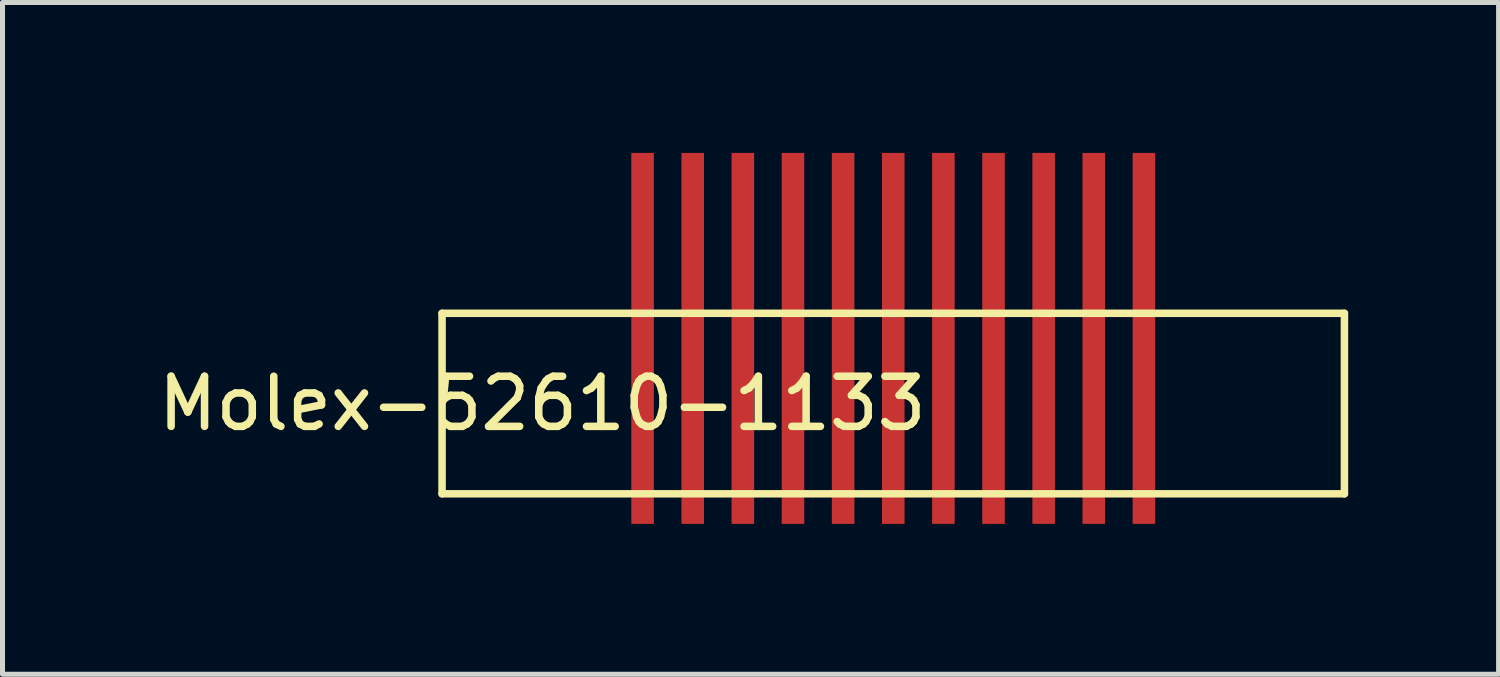
<source format=kicad_pcb>
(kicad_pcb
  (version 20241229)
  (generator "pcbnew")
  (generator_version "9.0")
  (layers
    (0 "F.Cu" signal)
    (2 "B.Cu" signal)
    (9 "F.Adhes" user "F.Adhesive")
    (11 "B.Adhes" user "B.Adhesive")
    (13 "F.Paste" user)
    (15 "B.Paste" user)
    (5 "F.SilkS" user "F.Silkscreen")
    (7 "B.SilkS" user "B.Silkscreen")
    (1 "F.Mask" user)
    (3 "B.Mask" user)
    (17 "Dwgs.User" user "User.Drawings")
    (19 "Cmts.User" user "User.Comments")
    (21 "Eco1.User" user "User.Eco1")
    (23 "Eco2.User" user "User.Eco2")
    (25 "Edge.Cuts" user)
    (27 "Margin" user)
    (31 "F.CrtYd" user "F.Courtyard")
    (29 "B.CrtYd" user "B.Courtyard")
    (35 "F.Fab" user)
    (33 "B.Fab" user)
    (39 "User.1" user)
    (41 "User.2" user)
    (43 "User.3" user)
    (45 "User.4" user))
  (footprint "Molex-52610-1133"
    (layer "F.Cu")
    (at 14.768 3.5)
    (property "Reference" "Molex-52610-1133" (at -7 1.5 180) (layer "F.SilkS") (effects (font (size 1 1) (thickness 0.15))))
    (attr through_hole)
    (fp_line (start -9 -0.3) (end -9 3.3) (stroke (width 0.15) (type solid)) (layer "F.SilkS"))
    (fp_line (start -9 3.3) (end 9 3.3) (stroke (width 0.15) (type solid)) (layer "F.SilkS"))
    (fp_line (start 9 -0.3) (end -9 -0.3) (stroke (width 0.15) (type solid)) (layer "F.SilkS"))
    (fp_line (start 9 3.3) (end 9 -0.3) (stroke (width 0.15) (type solid)) (layer "F.SilkS"))
    (pad "1" smd rect (at -5 0.2 180) (size 0.45 7.4) (layers "F.Cu" "F.Mask" "F.Paste"))
    (pad "2" smd rect (at -4 0.2 180) (size 0.45 7.4) (layers "F.Cu" "F.Mask" "F.Paste"))
    (pad "3" smd rect (at -3 0.2 180) (size 0.45 7.4) (layers "F.Cu" "F.Mask" "F.Paste"))
    (pad "4" smd rect (at -2 0.2 180) (size 0.45 7.4) (layers "F.Cu" "F.Mask" "F.Paste"))
    (pad "5" smd rect (at -1 0.2 180) (size 0.45 7.4) (layers "F.Cu" "F.Mask" "F.Paste"))
    (pad "6" smd rect (at 0 0.2 180) (size 0.45 7.4) (layers "F.Cu" "F.Mask" "F.Paste"))
    (pad "7" smd rect (at 1 0.2 180) (size 0.45 7.4) (layers "F.Cu" "F.Mask" "F.Paste"))
    (pad "8" smd rect (at 2 0.2 180) (size 0.45 7.4) (layers "F.Cu" "F.Mask" "F.Paste"))
    (pad "9" smd rect (at 3 0.2 180) (size 0.45 7.4) (layers "F.Cu" "F.Mask" "F.Paste"))
    (pad "10" smd rect (at 4 0.2 180) (size 0.45 7.4) (layers "F.Cu" "F.Mask" "F.Paste"))
    (pad "11" smd rect (at 5 0.2 180) (size 0.45 7.4) (layers "F.Cu" "F.Mask" "F.Paste")))
  (gr_rect
    (start -3 -3)
    (end 26.843 10.4)
    (stroke (width 0.1) (type default))
    (fill no)
    (layer "Edge.Cuts")))
</source>
